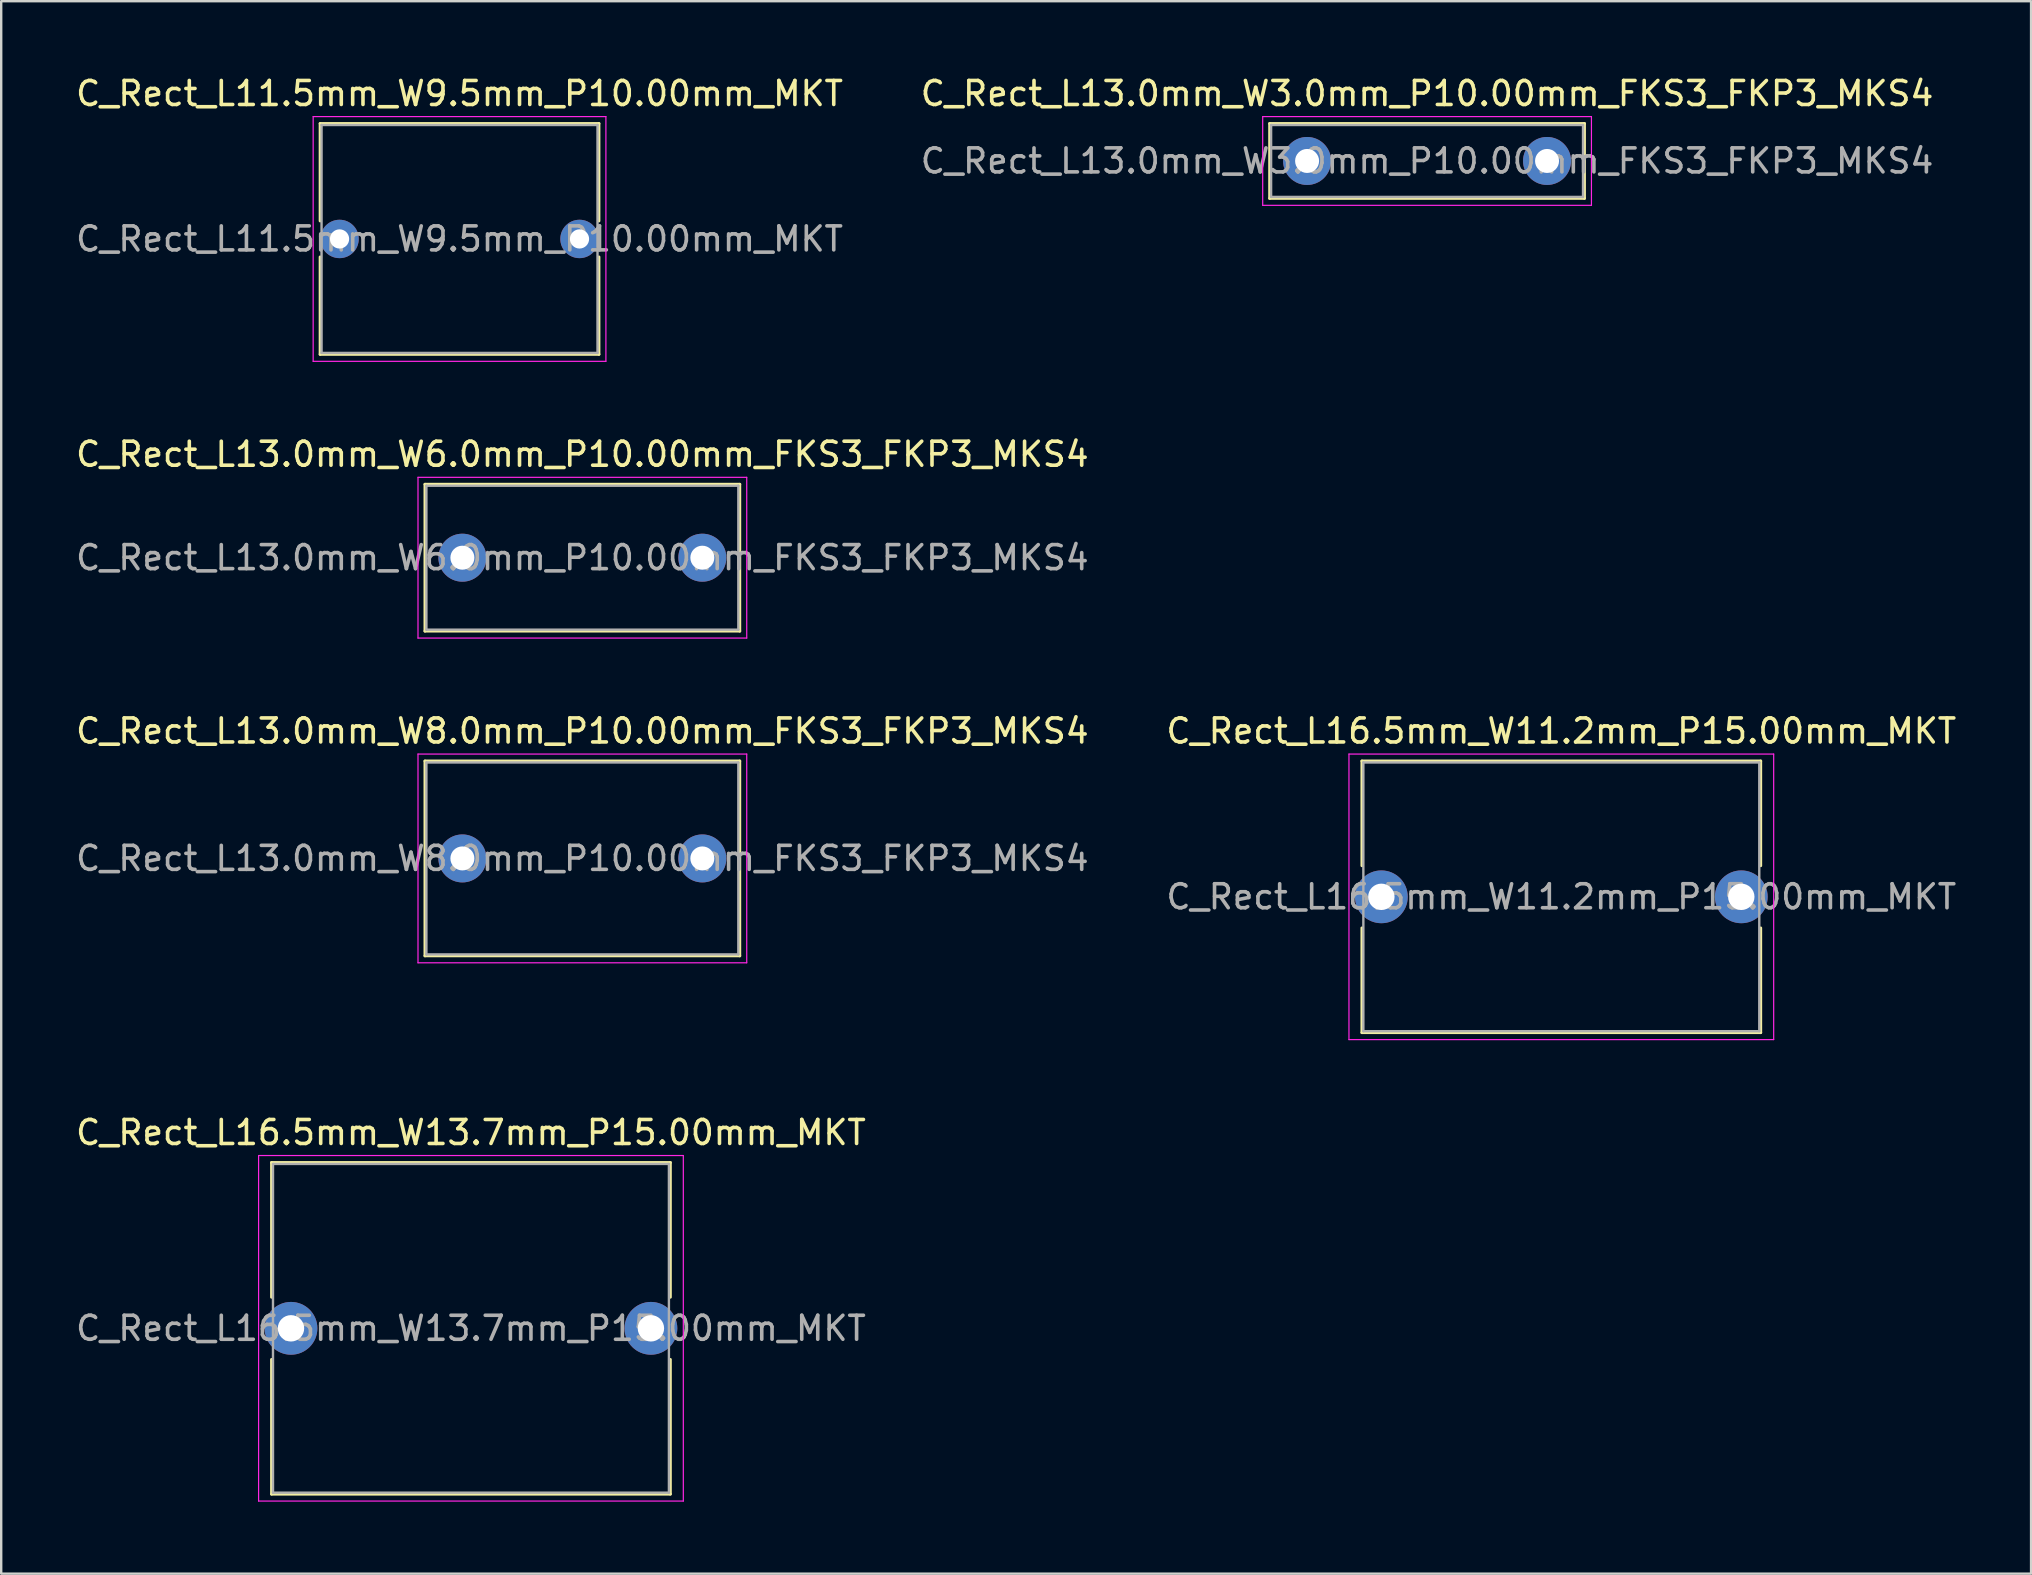
<source format=kicad_pcb>
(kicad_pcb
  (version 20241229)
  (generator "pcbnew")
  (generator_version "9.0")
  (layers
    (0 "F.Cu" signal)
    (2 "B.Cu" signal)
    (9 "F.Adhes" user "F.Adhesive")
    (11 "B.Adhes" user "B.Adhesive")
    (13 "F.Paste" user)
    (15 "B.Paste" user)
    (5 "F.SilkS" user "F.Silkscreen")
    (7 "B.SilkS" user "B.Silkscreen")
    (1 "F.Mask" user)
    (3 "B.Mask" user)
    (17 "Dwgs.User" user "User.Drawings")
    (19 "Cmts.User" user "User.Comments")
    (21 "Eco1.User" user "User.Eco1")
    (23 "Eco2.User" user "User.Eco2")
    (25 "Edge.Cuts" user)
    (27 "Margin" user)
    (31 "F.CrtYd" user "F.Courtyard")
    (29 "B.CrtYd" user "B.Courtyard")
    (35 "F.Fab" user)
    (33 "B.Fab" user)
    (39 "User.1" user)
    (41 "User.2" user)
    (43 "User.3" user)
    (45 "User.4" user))
  (footprint "C_Rect_L13.0mm_W6.0mm_P10.00mm_FKS3_FKP3_MKS4"
    (layer "F.Cu")
    (at 16.22 20.192)
    (property "Reference" "C_Rect_L13.0mm_W6.0mm_P10.00mm_FKS3_FKP3_MKS4" (at 5 -4.31 0) (layer "F.SilkS") (effects (font (size 1 1) (thickness 0.15))))
    (attr through_hole)
    (fp_line (start -1.56 -3.06) (end -1.56 3.06) (stroke (width 0.12) (type solid)) (layer "F.SilkS"))
    (fp_line (start -1.56 -3.06) (end 11.56 -3.06) (stroke (width 0.12) (type solid)) (layer "F.SilkS"))
    (fp_line (start -1.56 3.06) (end 11.56 3.06) (stroke (width 0.12) (type solid)) (layer "F.SilkS"))
    (fp_line (start 11.56 -3.06) (end 11.56 3.06) (stroke (width 0.12) (type solid)) (layer "F.SilkS"))
    (fp_line (start -1.85 -3.35) (end -1.85 3.35) (stroke (width 0.05) (type solid)) (layer "F.CrtYd"))
    (fp_line (start -1.85 3.35) (end 11.85 3.35) (stroke (width 0.05) (type solid)) (layer "F.CrtYd"))
    (fp_line (start 11.85 -3.35) (end -1.85 -3.35) (stroke (width 0.05) (type solid)) (layer "F.CrtYd"))
    (fp_line (start 11.85 3.35) (end 11.85 -3.35) (stroke (width 0.05) (type solid)) (layer "F.CrtYd"))
    (fp_line (start -1.5 -3) (end -1.5 3) (stroke (width 0.1) (type solid)) (layer "F.Fab"))
    (fp_line (start -1.5 3) (end 11.5 3) (stroke (width 0.1) (type solid)) (layer "F.Fab"))
    (fp_line (start 11.5 -3) (end -1.5 -3) (stroke (width 0.1) (type solid)) (layer "F.Fab"))
    (fp_line (start 11.5 3) (end 11.5 -3) (stroke (width 0.1) (type solid)) (layer "F.Fab"))
    (fp_text user "${REFERENCE}" (at 5 0 0) (layer "F.Fab") (effects (font (size 1 1) (thickness 0.15))))
    (pad "1" thru_hole circle (at 0 0) (size 2 2) (drill 1) (layers "*.Cu" "*.Mask"))
    (pad "2" thru_hole circle (at 10 0) (size 2 2) (drill 1) (layers "*.Cu" "*.Mask")))
  (footprint "C_Rect_L16.5mm_W13.7mm_P15.00mm_MKT"
    (layer "F.Cu")
    (at 9.077 52.308)
    (property "Reference" "C_Rect_L16.5mm_W13.7mm_P15.00mm_MKT" (at 7.5 -8.16 0) (layer "F.SilkS") (effects (font (size 1 1) (thickness 0.15))))
    (attr through_hole)
    (fp_line (start -0.81 -6.91) (end -0.81 -1.296) (stroke (width 0.12) (type solid)) (layer "F.SilkS"))
    (fp_line (start -0.81 -6.91) (end 15.81 -6.91) (stroke (width 0.12) (type solid)) (layer "F.SilkS"))
    (fp_line (start -0.81 1.296) (end -0.81 6.91) (stroke (width 0.12) (type solid)) (layer "F.SilkS"))
    (fp_line (start -0.81 6.91) (end 15.81 6.91) (stroke (width 0.12) (type solid)) (layer "F.SilkS"))
    (fp_line (start 15.81 -6.91) (end 15.81 -1.296) (stroke (width 0.12) (type solid)) (layer "F.SilkS"))
    (fp_line (start 15.81 1.296) (end 15.81 6.91) (stroke (width 0.12) (type solid)) (layer "F.SilkS"))
    (fp_line (start -1.35 -7.2) (end -1.35 7.2) (stroke (width 0.05) (type solid)) (layer "F.CrtYd"))
    (fp_line (start -1.35 7.2) (end 16.35 7.2) (stroke (width 0.05) (type solid)) (layer "F.CrtYd"))
    (fp_line (start 16.35 -7.2) (end -1.35 -7.2) (stroke (width 0.05) (type solid)) (layer "F.CrtYd"))
    (fp_line (start 16.35 7.2) (end 16.35 -7.2) (stroke (width 0.05) (type solid)) (layer "F.CrtYd"))
    (fp_line (start -0.75 -6.85) (end -0.75 6.85) (stroke (width 0.1) (type solid)) (layer "F.Fab"))
    (fp_line (start -0.75 6.85) (end 15.75 6.85) (stroke (width 0.1) (type solid)) (layer "F.Fab"))
    (fp_line (start 15.75 -6.85) (end -0.75 -6.85) (stroke (width 0.1) (type solid)) (layer "F.Fab"))
    (fp_line (start 15.75 6.85) (end 15.75 -6.85) (stroke (width 0.1) (type solid)) (layer "F.Fab"))
    (fp_text user "${REFERENCE}" (at 7.5 0 0) (layer "F.Fab") (effects (font (size 1 1) (thickness 0.15))))
    (pad "1" thru_hole circle (at 0 0) (size 2.2 2.2) (drill 1.1) (layers "*.Cu" "*.Mask"))
    (pad "2" thru_hole circle (at 15 0) (size 2.2 2.2) (drill 1.1) (layers "*.Cu" "*.Mask")))
  (footprint "C_Rect_L11.5mm_W9.5mm_P10.00mm_MKT"
    (layer "F.Cu")
    (at 11.101 6.908)
    (property "Reference" "C_Rect_L11.5mm_W9.5mm_P10.00mm_MKT" (at 5 -6.06 0) (layer "F.SilkS") (effects (font (size 1 1) (thickness 0.15))))
    (attr through_hole)
    (fp_line (start -0.81 -4.81) (end -0.81 -0.75) (stroke (width 0.12) (type solid)) (layer "F.SilkS"))
    (fp_line (start -0.81 -4.81) (end 10.81 -4.81) (stroke (width 0.12) (type solid)) (layer "F.SilkS"))
    (fp_line (start -0.81 0.75) (end -0.81 4.81) (stroke (width 0.12) (type solid)) (layer "F.SilkS"))
    (fp_line (start -0.81 4.81) (end 10.81 4.81) (stroke (width 0.12) (type solid)) (layer "F.SilkS"))
    (fp_line (start 10.81 -4.81) (end 10.81 -0.75) (stroke (width 0.12) (type solid)) (layer "F.SilkS"))
    (fp_line (start 10.81 0.75) (end 10.81 4.81) (stroke (width 0.12) (type solid)) (layer "F.SilkS"))
    (fp_line (start -1.1 -5.1) (end -1.1 5.1) (stroke (width 0.05) (type solid)) (layer "F.CrtYd"))
    (fp_line (start -1.1 5.1) (end 11.1 5.1) (stroke (width 0.05) (type solid)) (layer "F.CrtYd"))
    (fp_line (start 11.1 -5.1) (end -1.1 -5.1) (stroke (width 0.05) (type solid)) (layer "F.CrtYd"))
    (fp_line (start 11.1 5.1) (end 11.1 -5.1) (stroke (width 0.05) (type solid)) (layer "F.CrtYd"))
    (fp_line (start -0.75 -4.75) (end -0.75 4.75) (stroke (width 0.1) (type solid)) (layer "F.Fab"))
    (fp_line (start -0.75 4.75) (end 10.75 4.75) (stroke (width 0.1) (type solid)) (layer "F.Fab"))
    (fp_line (start 10.75 -4.75) (end -0.75 -4.75) (stroke (width 0.1) (type solid)) (layer "F.Fab"))
    (fp_line (start 10.75 4.75) (end 10.75 -4.75) (stroke (width 0.1) (type solid)) (layer "F.Fab"))
    (fp_text user "${REFERENCE}" (at 5 0 0) (layer "F.Fab") (effects (font (size 1 1) (thickness 0.15))))
    (pad "1" thru_hole circle (at 0 0) (size 1.6 1.6) (drill 0.8) (layers "*.Cu" "*.Mask"))
    (pad "2" thru_hole circle (at 10 0) (size 1.6 1.6) (drill 0.8) (layers "*.Cu" "*.Mask")))
  (footprint "C_Rect_L13.0mm_W8.0mm_P10.00mm_FKS3_FKP3_MKS4"
    (layer "F.Cu")
    (at 16.22 32.725)
    (property "Reference" "C_Rect_L13.0mm_W8.0mm_P10.00mm_FKS3_FKP3_MKS4" (at 5 -5.31 0) (layer "F.SilkS") (effects (font (size 1 1) (thickness 0.15))))
    (attr through_hole)
    (fp_line (start -1.56 -4.06) (end -1.56 4.06) (stroke (width 0.12) (type solid)) (layer "F.SilkS"))
    (fp_line (start -1.56 -4.06) (end 11.56 -4.06) (stroke (width 0.12) (type solid)) (layer "F.SilkS"))
    (fp_line (start -1.56 4.06) (end 11.56 4.06) (stroke (width 0.12) (type solid)) (layer "F.SilkS"))
    (fp_line (start 11.56 -4.06) (end 11.56 4.06) (stroke (width 0.12) (type solid)) (layer "F.SilkS"))
    (fp_line (start -1.85 -4.35) (end -1.85 4.35) (stroke (width 0.05) (type solid)) (layer "F.CrtYd"))
    (fp_line (start -1.85 4.35) (end 11.85 4.35) (stroke (width 0.05) (type solid)) (layer "F.CrtYd"))
    (fp_line (start 11.85 -4.35) (end -1.85 -4.35) (stroke (width 0.05) (type solid)) (layer "F.CrtYd"))
    (fp_line (start 11.85 4.35) (end 11.85 -4.35) (stroke (width 0.05) (type solid)) (layer "F.CrtYd"))
    (fp_line (start -1.5 -4) (end -1.5 4) (stroke (width 0.1) (type solid)) (layer "F.Fab"))
    (fp_line (start -1.5 4) (end 11.5 4) (stroke (width 0.1) (type solid)) (layer "F.Fab"))
    (fp_line (start 11.5 -4) (end -1.5 -4) (stroke (width 0.1) (type solid)) (layer "F.Fab"))
    (fp_line (start 11.5 4) (end 11.5 -4) (stroke (width 0.1) (type solid)) (layer "F.Fab"))
    (fp_text user "${REFERENCE}" (at 5 0 0) (layer "F.Fab") (effects (font (size 1 1) (thickness 0.15))))
    (pad "1" thru_hole circle (at 0 0) (size 2 2) (drill 1) (layers "*.Cu" "*.Mask"))
    (pad "2" thru_hole circle (at 10 0) (size 2 2) (drill 1) (layers "*.Cu" "*.Mask")))
  (footprint "C_Rect_L16.5mm_W11.2mm_P15.00mm_MKT"
    (layer "F.Cu")
    (at 54.518 34.325)
    (property "Reference" "C_Rect_L16.5mm_W11.2mm_P15.00mm_MKT" (at 7.5 -6.91 0) (layer "F.SilkS") (effects (font (size 1 1) (thickness 0.15))))
    (attr through_hole)
    (fp_line (start -0.81 -5.66) (end -0.81 -1.296) (stroke (width 0.12) (type solid)) (layer "F.SilkS"))
    (fp_line (start -0.81 -5.66) (end 15.81 -5.66) (stroke (width 0.12) (type solid)) (layer "F.SilkS"))
    (fp_line (start -0.81 1.296) (end -0.81 5.66) (stroke (width 0.12) (type solid)) (layer "F.SilkS"))
    (fp_line (start -0.81 5.66) (end 15.81 5.66) (stroke (width 0.12) (type solid)) (layer "F.SilkS"))
    (fp_line (start 15.81 -5.66) (end 15.81 -1.296) (stroke (width 0.12) (type solid)) (layer "F.SilkS"))
    (fp_line (start 15.81 1.296) (end 15.81 5.66) (stroke (width 0.12) (type solid)) (layer "F.SilkS"))
    (fp_line (start -1.35 -5.95) (end -1.35 5.95) (stroke (width 0.05) (type solid)) (layer "F.CrtYd"))
    (fp_line (start -1.35 5.95) (end 16.35 5.95) (stroke (width 0.05) (type solid)) (layer "F.CrtYd"))
    (fp_line (start 16.35 -5.95) (end -1.35 -5.95) (stroke (width 0.05) (type solid)) (layer "F.CrtYd"))
    (fp_line (start 16.35 5.95) (end 16.35 -5.95) (stroke (width 0.05) (type solid)) (layer "F.CrtYd"))
    (fp_line (start -0.75 -5.6) (end -0.75 5.6) (stroke (width 0.1) (type solid)) (layer "F.Fab"))
    (fp_line (start -0.75 5.6) (end 15.75 5.6) (stroke (width 0.1) (type solid)) (layer "F.Fab"))
    (fp_line (start 15.75 -5.6) (end -0.75 -5.6) (stroke (width 0.1) (type solid)) (layer "F.Fab"))
    (fp_line (start 15.75 5.6) (end 15.75 -5.6) (stroke (width 0.1) (type solid)) (layer "F.Fab"))
    (fp_text user "${REFERENCE}" (at 7.5 0 0) (layer "F.Fab") (effects (font (size 1 1) (thickness 0.15))))
    (pad "1" thru_hole circle (at 0 0) (size 2.2 2.2) (drill 1.1) (layers "*.Cu" "*.Mask"))
    (pad "2" thru_hole circle (at 15 0) (size 2.2 2.2) (drill 1.1) (layers "*.Cu" "*.Mask")))
  (footprint "C_Rect_L13.0mm_W3.0mm_P10.00mm_FKS3_FKP3_MKS4"
    (layer "F.Cu")
    (at 51.423 3.658)
    (property "Reference" "C_Rect_L13.0mm_W3.0mm_P10.00mm_FKS3_FKP3_MKS4" (at 5 -2.81 0) (layer "F.SilkS") (effects (font (size 1 1) (thickness 0.15))))
    (attr through_hole)
    (fp_line (start -1.56 -1.56) (end -1.56 1.56) (stroke (width 0.12) (type solid)) (layer "F.SilkS"))
    (fp_line (start -1.56 -1.56) (end 11.56 -1.56) (stroke (width 0.12) (type solid)) (layer "F.SilkS"))
    (fp_line (start -1.56 1.56) (end 11.56 1.56) (stroke (width 0.12) (type solid)) (layer "F.SilkS"))
    (fp_line (start 11.56 -1.56) (end 11.56 1.56) (stroke (width 0.12) (type solid)) (layer "F.SilkS"))
    (fp_line (start -1.85 -1.85) (end -1.85 1.85) (stroke (width 0.05) (type solid)) (layer "F.CrtYd"))
    (fp_line (start -1.85 1.85) (end 11.85 1.85) (stroke (width 0.05) (type solid)) (layer "F.CrtYd"))
    (fp_line (start 11.85 -1.85) (end -1.85 -1.85) (stroke (width 0.05) (type solid)) (layer "F.CrtYd"))
    (fp_line (start 11.85 1.85) (end 11.85 -1.85) (stroke (width 0.05) (type solid)) (layer "F.CrtYd"))
    (fp_line (start -1.5 -1.5) (end -1.5 1.5) (stroke (width 0.1) (type solid)) (layer "F.Fab"))
    (fp_line (start -1.5 1.5) (end 11.5 1.5) (stroke (width 0.1) (type solid)) (layer "F.Fab"))
    (fp_line (start 11.5 -1.5) (end -1.5 -1.5) (stroke (width 0.1) (type solid)) (layer "F.Fab"))
    (fp_line (start 11.5 1.5) (end 11.5 -1.5) (stroke (width 0.1) (type solid)) (layer "F.Fab"))
    (fp_text user "${REFERENCE}" (at 5 0 0) (layer "F.Fab") (effects (font (size 1 1) (thickness 0.15))))
    (pad "1" thru_hole circle (at 0 0) (size 2 2) (drill 1) (layers "*.Cu" "*.Mask"))
    (pad "2" thru_hole circle (at 10 0) (size 2 2) (drill 1) (layers "*.Cu" "*.Mask")))
  (gr_rect
    (start -3 -3)
    (end 81.595 62.533)
    (stroke (width 0.1) (type default))
    (fill no)
    (layer "Edge.Cuts")))
</source>
